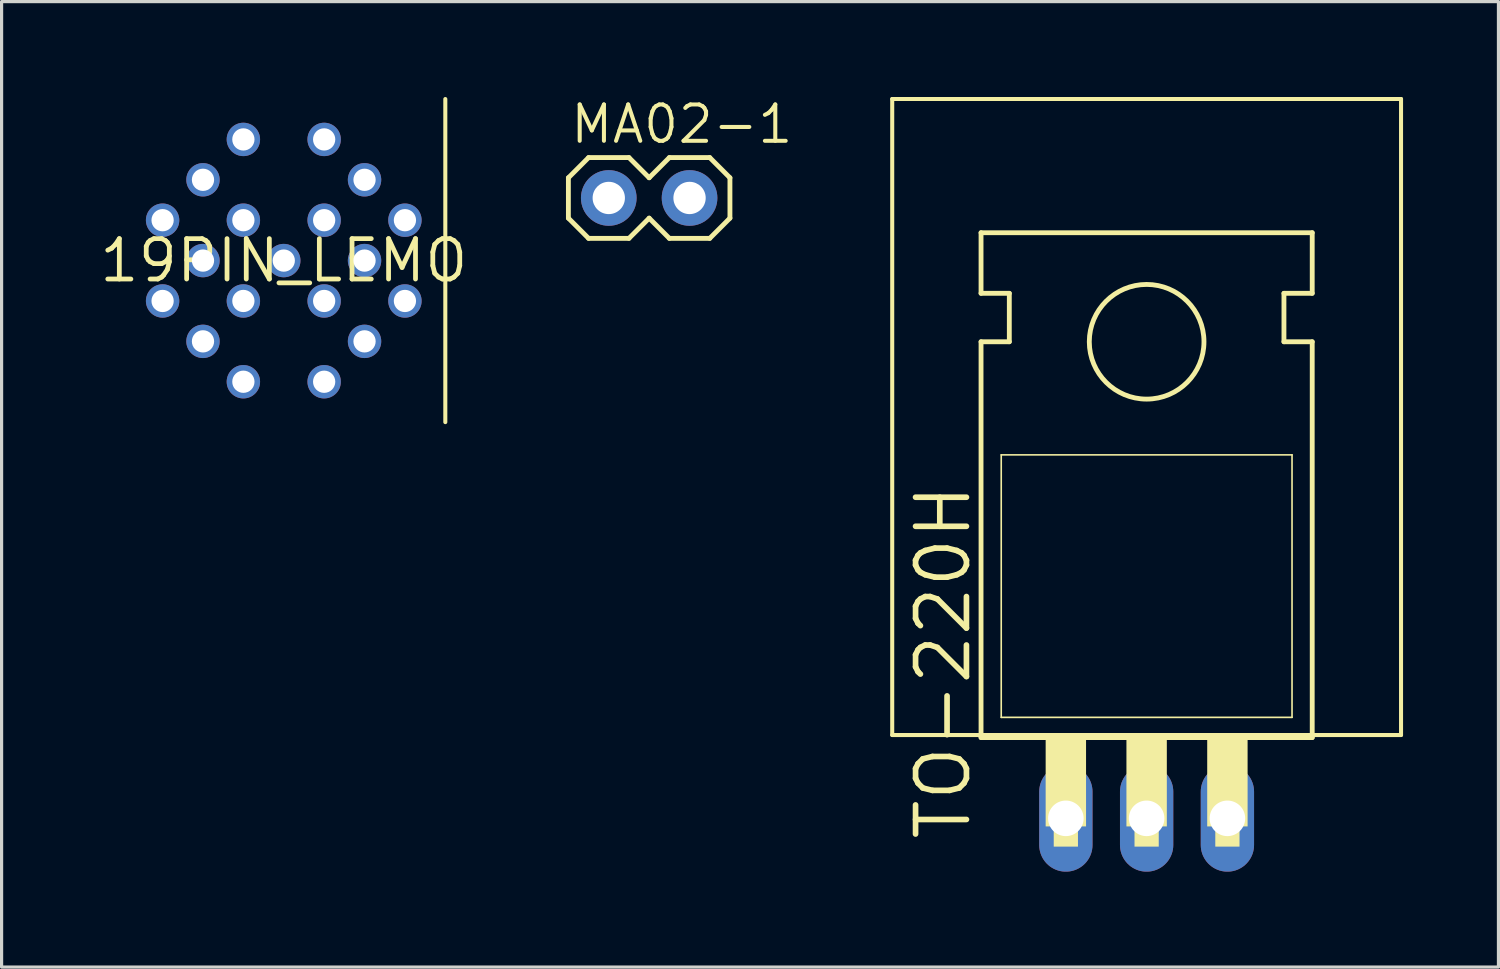
<source format=kicad_pcb>
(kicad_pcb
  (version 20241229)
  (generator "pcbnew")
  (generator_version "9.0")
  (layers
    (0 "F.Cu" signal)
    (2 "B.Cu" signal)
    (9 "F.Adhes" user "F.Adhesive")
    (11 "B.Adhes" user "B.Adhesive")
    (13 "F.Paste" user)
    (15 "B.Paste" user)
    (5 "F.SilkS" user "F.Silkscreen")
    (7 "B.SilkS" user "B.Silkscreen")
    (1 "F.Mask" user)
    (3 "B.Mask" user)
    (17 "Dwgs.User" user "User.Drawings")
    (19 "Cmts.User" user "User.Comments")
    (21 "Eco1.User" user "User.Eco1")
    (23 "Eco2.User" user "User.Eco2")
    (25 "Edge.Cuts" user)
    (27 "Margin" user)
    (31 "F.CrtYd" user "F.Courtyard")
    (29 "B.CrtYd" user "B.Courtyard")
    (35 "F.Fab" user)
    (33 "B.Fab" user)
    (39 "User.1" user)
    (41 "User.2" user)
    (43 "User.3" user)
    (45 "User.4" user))
  (footprint "MA02-1"
    (layer "F.Cu")
    (at 17.363 3.175)
    (property "Reference" "MA02-1" (at -2.54 -1.651 0) (layer "F.SilkS") (effects (font (size 1.143 1.143) (thickness 0.127)) (justify left bottom)))
    (fp_line (start -2.54 -0.635) (end -2.54 0.635) (stroke (width 0.152) (type solid)) (layer "F.SilkS"))
    (fp_line (start -2.54 0.635) (end -1.905 1.27) (stroke (width 0.152) (type solid)) (layer "F.SilkS"))
    (fp_line (start -1.905 -1.27) (end -2.54 -0.635) (stroke (width 0.152) (type solid)) (layer "F.SilkS"))
    (fp_line (start -1.905 -1.27) (end -0.635 -1.27) (stroke (width 0.152) (type solid)) (layer "F.SilkS"))
    (fp_line (start -0.635 -1.27) (end 0 -0.635) (stroke (width 0.152) (type solid)) (layer "F.SilkS"))
    (fp_line (start -0.635 1.27) (end -1.905 1.27) (stroke (width 0.152) (type solid)) (layer "F.SilkS"))
    (fp_line (start 0 -0.635) (end 0.635 -1.27) (stroke (width 0.152) (type solid)) (layer "F.SilkS"))
    (fp_line (start 0 0.635) (end -0.635 1.27) (stroke (width 0.152) (type solid)) (layer "F.SilkS"))
    (fp_line (start 0.635 -1.27) (end 1.905 -1.27) (stroke (width 0.152) (type solid)) (layer "F.SilkS"))
    (fp_line (start 0.635 1.27) (end 0 0.635) (stroke (width 0.152) (type solid)) (layer "F.SilkS"))
    (fp_line (start 1.905 -1.27) (end 2.54 -0.635) (stroke (width 0.152) (type solid)) (layer "F.SilkS"))
    (fp_line (start 1.905 1.27) (end 0.635 1.27) (stroke (width 0.152) (type solid)) (layer "F.SilkS"))
    (fp_line (start 2.54 -0.635) (end 2.54 0.635) (stroke (width 0.152) (type solid)) (layer "F.SilkS"))
    (fp_line (start 2.54 0.635) (end 1.905 1.27) (stroke (width 0.152) (type solid)) (layer "F.SilkS"))
    (fp_poly (pts (xy -1.524 0.254) (xy -1.016 0.254) (xy -1.016 -0.254) (xy -1.524 -0.254)) (stroke (width 0.1) (type solid)) (fill no) (layer "F.Fab"))
    (fp_poly (pts (xy 1.016 0.254) (xy 1.524 0.254) (xy 1.524 -0.254) (xy 1.016 -0.254)) (stroke (width 0.1) (type solid)) (fill no) (layer "F.Fab"))
    (pad "1" thru_hole circle (at -1.27 0 90) (size 1.75 1.75) (drill 1.016) (layers "*.Cu" "*.Mask"))
    (pad "2" thru_hole circle (at 1.27 0 90) (size 1.75 1.75) (drill 1.016) (layers "*.Cu" "*.Mask")))
  (footprint "19PIN_LEMO"
    (layer "F.Cu")
    (at 5.873 5.144)
    (property "Reference" "19PIN_LEMO" (at 0 0 0) (layer "F.SilkS") (effects (font (size 1.27 1.27) (thickness 0.15))))
    (fp_line (start 5.08 5.08) (end 5.08 -5.08) (stroke (width 0.127) (type solid)) (layer "F.SilkS"))
    (pad "P$1" thru_hole circle (at -3.81 1.27) (size 1.05 1.05) (drill 0.7) (layers "*.Cu" "*.Mask"))
    (pad "P$2" thru_hole circle (at -2.54 2.54) (size 1.05 1.05) (drill 0.7) (layers "*.Cu" "*.Mask"))
    (pad "P$3" thru_hole circle (at -1.27 3.81) (size 1.05 1.05) (drill 0.7) (layers "*.Cu" "*.Mask"))
    (pad "P$4" thru_hole circle (at 1.27 3.81) (size 1.05 1.05) (drill 0.7) (layers "*.Cu" "*.Mask"))
    (pad "P$5" thru_hole circle (at 2.54 2.54) (size 1.05 1.05) (drill 0.7) (layers "*.Cu" "*.Mask"))
    (pad "P$6" thru_hole circle (at 3.81 1.27) (size 1.05 1.05) (drill 0.7) (layers "*.Cu" "*.Mask"))
    (pad "P$7" thru_hole circle (at 3.81 -1.27) (size 1.05 1.05) (drill 0.7) (layers "*.Cu" "*.Mask"))
    (pad "P$8" thru_hole circle (at 2.54 -2.54) (size 1.05 1.05) (drill 0.7) (layers "*.Cu" "*.Mask"))
    (pad "P$9" thru_hole circle (at 1.27 -3.81) (size 1.05 1.05) (drill 0.7) (layers "*.Cu" "*.Mask"))
    (pad "P$10" thru_hole circle (at -1.27 -3.81) (size 1.05 1.05) (drill 0.7) (layers "*.Cu" "*.Mask"))
    (pad "P$11" thru_hole circle (at -2.54 -2.54) (size 1.05 1.05) (drill 0.7) (layers "*.Cu" "*.Mask"))
    (pad "P$12" thru_hole circle (at -3.81 -1.27) (size 1.05 1.05) (drill 0.7) (layers "*.Cu" "*.Mask"))
    (pad "P$13" thru_hole circle (at -2.54 0) (size 1.05 1.05) (drill 0.7) (layers "*.Cu" "*.Mask"))
    (pad "P$14" thru_hole circle (at -1.27 1.27) (size 1.05 1.05) (drill 0.7) (layers "*.Cu" "*.Mask"))
    (pad "P$15" thru_hole circle (at 1.27 1.27) (size 1.05 1.05) (drill 0.7) (layers "*.Cu" "*.Mask"))
    (pad "P$16" thru_hole circle (at 2.54 0) (size 1.05 1.05) (drill 0.7) (layers "*.Cu" "*.Mask"))
    (pad "P$17" thru_hole circle (at 1.27 -1.27) (size 1.05 1.05) (drill 0.7) (layers "*.Cu" "*.Mask"))
    (pad "P$18" thru_hole circle (at -1.27 -1.27) (size 1.05 1.05) (drill 0.7) (layers "*.Cu" "*.Mask"))
    (pad "P$19" thru_hole circle (at 0 0) (size 1.05 1.05) (drill 0.7) (layers "*.Cu" "*.Mask")))
  (footprint "TO-220H"
    (layer "F.Cu")
    (at 33.006 15.063)
    (property "Reference" "TO-220H" (at -5.461 8.382 90) (layer "F.SilkS") (effects (font (size 1.6 1.6) (thickness 0.178)) (justify left bottom)))
    (fp_line (start -8 -15) (end 8 -15) (stroke (width 0.127) (type solid)) (layer "F.SilkS"))
    (fp_line (start -8 5) (end -8 -15) (stroke (width 0.127) (type solid)) (layer "F.SilkS"))
    (fp_line (start -8 5) (end 8 5) (stroke (width 0.127) (type solid)) (layer "F.SilkS"))
    (fp_line (start -5.207 -8.89) (end -5.207 -10.795) (stroke (width 0.152) (type solid)) (layer "F.SilkS"))
    (fp_line (start -5.207 -7.366) (end -4.318 -7.366) (stroke (width 0.152) (type solid)) (layer "F.SilkS"))
    (fp_line (start -5.207 5.08) (end -5.207 -7.366) (stroke (width 0.152) (type solid)) (layer "F.SilkS"))
    (fp_line (start -5.207 5.08) (end 5.207 5.08) (stroke (width 0.152) (type solid)) (layer "F.SilkS"))
    (fp_line (start -4.572 4.445) (end -4.572 -3.81) (stroke (width 0.051) (type solid)) (layer "F.SilkS"))
    (fp_line (start -4.572 4.445) (end 4.572 4.445) (stroke (width 0.051) (type solid)) (layer "F.SilkS"))
    (fp_line (start -4.318 -8.89) (end -5.207 -8.89) (stroke (width 0.152) (type solid)) (layer "F.SilkS"))
    (fp_line (start -4.318 -7.366) (end -4.318 -8.89) (stroke (width 0.152) (type solid)) (layer "F.SilkS"))
    (fp_line (start 4.318 -8.89) (end 5.207 -8.89) (stroke (width 0.152) (type solid)) (layer "F.SilkS"))
    (fp_line (start 4.318 -7.366) (end 4.318 -8.89) (stroke (width 0.152) (type solid)) (layer "F.SilkS"))
    (fp_line (start 4.572 -3.81) (end -4.572 -3.81) (stroke (width 0.051) (type solid)) (layer "F.SilkS"))
    (fp_line (start 4.572 -3.81) (end 4.572 4.445) (stroke (width 0.051) (type solid)) (layer "F.SilkS"))
    (fp_line (start 5.207 -10.795) (end -5.207 -10.795) (stroke (width 0.152) (type solid)) (layer "F.SilkS"))
    (fp_line (start 5.207 -8.89) (end 5.207 -10.795) (stroke (width 0.152) (type solid)) (layer "F.SilkS"))
    (fp_line (start 5.207 -7.366) (end 4.318 -7.366) (stroke (width 0.152) (type solid)) (layer "F.SilkS"))
    (fp_line (start 5.207 5.08) (end 5.207 -7.366) (stroke (width 0.152) (type solid)) (layer "F.SilkS"))
    (fp_line (start 8 -15) (end 8 5) (stroke (width 0.127) (type solid)) (layer "F.SilkS"))
    (fp_circle (center 0 -7.366) (end 1.803 -7.366) (stroke (width 0.152) (type solid)) (fill no) (layer "F.SilkS"))
    (fp_poly (pts (xy -3.175 7.874) (xy -1.905 7.874) (xy -1.905 5.08) (xy -3.175 5.08)) (stroke (width 0) (type solid)) (fill yes) (layer "F.SilkS"))
    (fp_poly (pts (xy -2.921 8.509) (xy -2.159 8.509) (xy -2.159 7.874) (xy -2.921 7.874)) (stroke (width 0) (type solid)) (fill yes) (layer "F.SilkS"))
    (fp_poly (pts (xy -0.635 7.874) (xy 0.635 7.874) (xy 0.635 5.08) (xy -0.635 5.08)) (stroke (width 0) (type solid)) (fill yes) (layer "F.SilkS"))
    (fp_poly (pts (xy -0.381 8.509) (xy 0.381 8.509) (xy 0.381 7.874) (xy -0.381 7.874)) (stroke (width 0) (type solid)) (fill yes) (layer "F.SilkS"))
    (fp_poly (pts (xy 1.905 7.874) (xy 3.175 7.874) (xy 3.175 5.08) (xy 1.905 5.08)) (stroke (width 0) (type solid)) (fill yes) (layer "F.SilkS"))
    (fp_poly (pts (xy 2.159 8.509) (xy 2.921 8.509) (xy 2.921 7.874) (xy 2.159 7.874)) (stroke (width 0) (type solid)) (fill yes) (layer "F.SilkS"))
    (pad "1" thru_hole oval (at -2.54 7.62 90) (size 3.353 1.676) (drill 1.118) (layers "*.Cu" "*.Mask"))
    (pad "2" thru_hole oval (at 0 7.62 90) (size 3.353 1.676) (drill 1.118) (layers "*.Cu" "*.Mask"))
    (pad "3" thru_hole oval (at 2.54 7.62 90) (size 3.353 1.676) (drill 1.118) (layers "*.Cu" "*.Mask")))
  (gr_rect
    (start -3 -3)
    (end 44.069 27.36)
    (stroke (width 0.1) (type default))
    (fill no)
    (layer "Edge.Cuts")))
</source>
